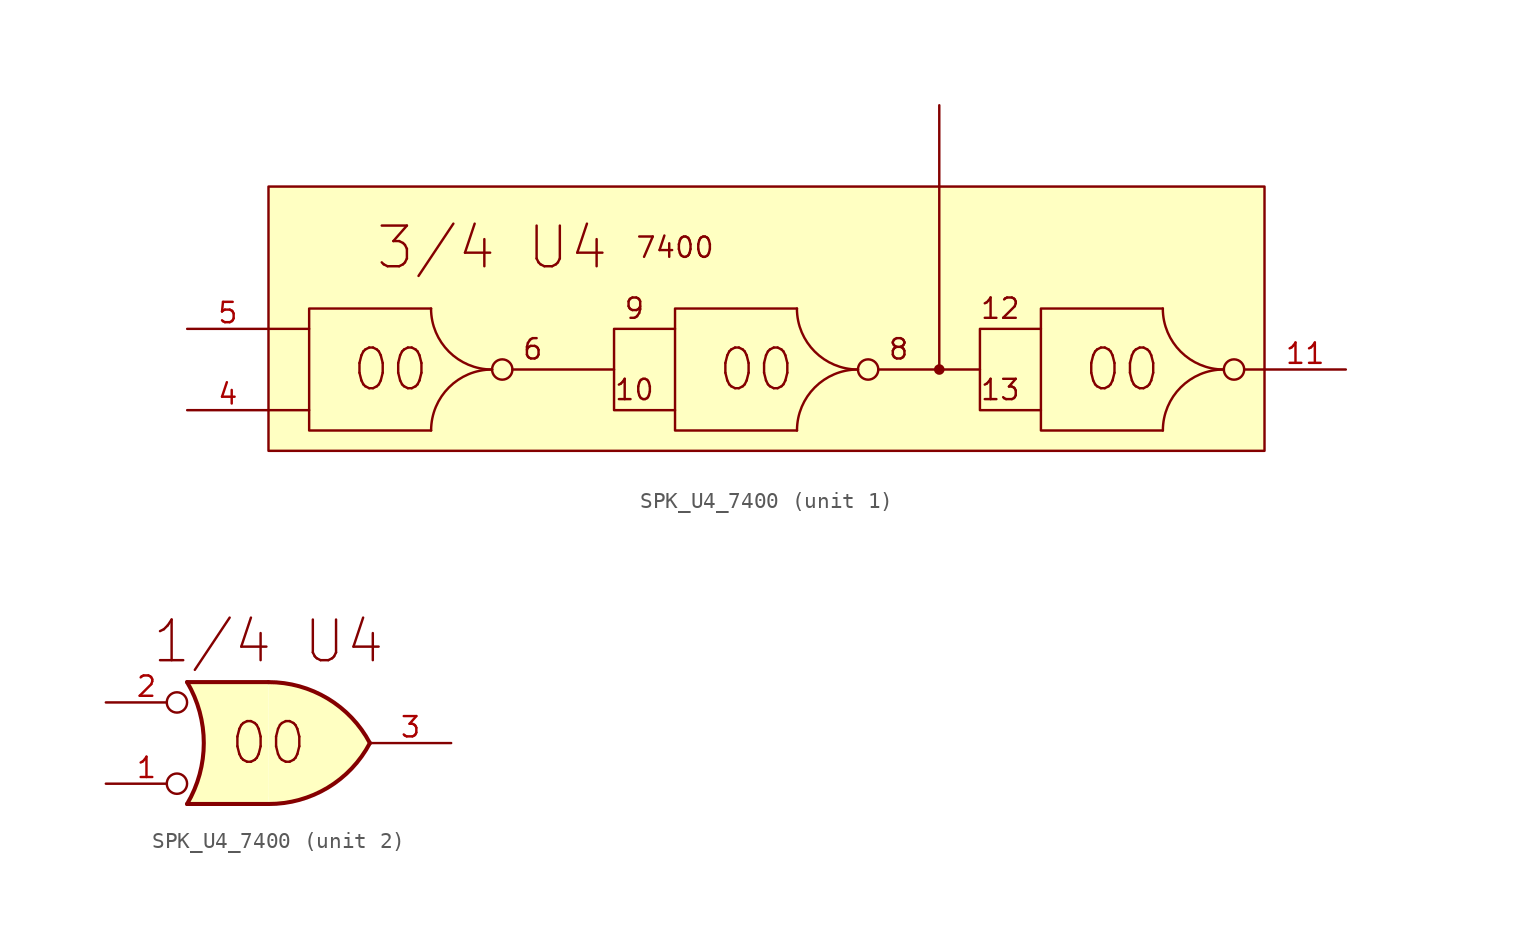
<source format=kicad_sym>
(kicad_symbol_lib
  (version 20211014)
  (generator kicad_symbol_editor)
  (symbol "SPK_U4_7400"
    (property "Reference" "U"
      (at -26.67 17.78 0)
      (effects (font (size 1.27 1.27)) hide))
    (property "ki_locked" ""
      (at 0 0 0)
      (effects (font (size 1.27 1.27))))
    (symbol "SPK_U4_7400_1_1"
      (polyline (pts (xy 2.54 -13.97) (xy 0 -13.97)) (stroke (width 0) (type default) (color 0 0 0 0)) (fill (type none)))
      (polyline (pts (xy 2.54 -8.89) (xy 0 -8.89)) (stroke (width 0) (type default) (color 0 0 0 0)) (fill (type none)))
      (polyline (pts (xy 21.59 -11.43) (xy 15.24 -11.43)) (stroke (width 0) (type default) (color 0 0 0 0)) (fill (type none)))
      (polyline (pts (xy 41.91 -11.43) (xy 41.91 0)) (stroke (width 0) (type default) (color 0 0 0 0)) (fill (type none)))
      (polyline (pts (xy 44.45 -11.43) (xy 38.1 -11.43)) (stroke (width 0) (type default) (color 0 0 0 0)) (fill (type none)))
      (polyline (pts (xy 60.96 -11.43) (xy 62.23 -11.43)) (stroke (width 0) (type default) (color 0 0 0 0)) (fill (type none)))
      (polyline (pts (xy 10.16 -7.62) (xy 2.54 -7.62) (xy 2.54 -15.24) (xy 10.16 -15.24)) (stroke (width 0) (type default) (color 0 0 0 0)) (fill (type background)))
      (polyline (pts (xy 25.4 -8.89) (xy 21.59 -8.89) (xy 21.59 -13.97) (xy 25.4 -13.97)) (stroke (width 0) (type default) (color 0 0 0 0)) (fill (type none)))
      (polyline (pts (xy 33.02 -7.62) (xy 25.4 -7.62) (xy 25.4 -15.24) (xy 33.02 -15.24)) (stroke (width 0) (type default) (color 0 0 0 0)) (fill (type background)))
      (polyline (pts (xy 48.26 -8.89) (xy 44.45 -8.89) (xy 44.45 -13.97) (xy 48.26 -13.97)) (stroke (width 0) (type default) (color 0 0 0 0)) (fill (type none)))
      (polyline (pts (xy 55.88 -7.62) (xy 48.26 -7.62) (xy 48.26 -15.24) (xy 55.88 -15.24)) (stroke (width 0) (type default) (color 0 0 0 0)) (fill (type background)))
      (rectangle (start 0 0) (end 62.23 -16.51) (stroke (width 0) (type default) (color 0 0 0 0)) (fill (type background)))
      (arc (start 10.16 -7.62) (mid 7.4659 -14.1241) (end 13.97 -11.43) (stroke (width 0) (type default) (color 0 0 0 0)) (fill (type background)))
      (arc (start 13.97 -11.43) (mid 7.4659 -8.7359) (end 10.16 -15.24) (stroke (width 0) (type default) (color 0 0 0 0)) (fill (type background)))
      (circle (center 14.605 -11.43) (radius 0.635) (stroke (width 0) (type default) (color 0 0 0 0)) (fill (type none)))
      (arc (start 33.02 -7.62) (mid 30.3259 -14.1241) (end 36.83 -11.43) (stroke (width 0) (type default) (color 0 0 0 0)) (fill (type background)))
      (arc (start 36.83 -11.43) (mid 30.3259 -8.7359) (end 33.02 -15.24) (stroke (width 0) (type default) (color 0 0 0 0)) (fill (type background)))
      (circle (center 37.465 -11.43) (radius 0.635) (stroke (width 0) (type default) (color 0 0 0 0)) (fill (type none)))
      (circle (center 41.91 -11.43) (radius 0.254) (stroke (width 0) (type default) (color 0 0 0 0)) (fill (type outline)))
      (arc (start 55.88 -7.62) (mid 53.1859 -14.1241) (end 59.69 -11.43) (stroke (width 0) (type default) (color 0 0 0 0)) (fill (type background)))
      (arc (start 59.69 -11.43) (mid 53.1859 -8.7359) (end 55.88 -15.24) (stroke (width 0) (type default) (color 0 0 0 0)) (fill (type background)))
      (circle (center 60.325 -11.43) (radius 0.635) (stroke (width 0) (type default) (color 0 0 0 0)) (fill (type none)))
      (text "00" (at 7.62 -11.43 0) (effects (font (size 2.54 2.54))))
      (text "00" (at 30.48 -11.43 0) (effects (font (size 2.54 2.54))))
      (text "00" (at 53.34 -11.43 0) (effects (font (size 2.54 2.54))))
      (text "10" (at 22.86 -12.7 0) (effects (font (size 1.27 1.27))))
      (text "12" (at 45.72 -7.62 0) (effects (font (size 1.27 1.27))))
      (text "13" (at 45.72 -12.7 0) (effects (font (size 1.27 1.27))))
      (text "3/4 U4" (at 13.97 -3.81 0) (effects (font (size 2.54 2.54))))
      (text "6" (at 16.51 -10.16 0) (effects (font (size 1.27 1.27))))
      (text "7400" (at 25.4 -3.81 0) (effects (font (size 1.27 1.27))))
      (text "8" (at 39.37 -10.16 0) (effects (font (size 1.27 1.27))))
      (text "9" (at 22.86 -7.62 0) (effects (font (size 1.27 1.27))))
      (pin passive line (at 41.91 5.08 270) (length 5.08) (name "" (effects (font (size 1.27 1.27)))) (number "" (effects (font (size 1.27 1.27)))))
      (pin passive line (at 67.31 -11.43 180) (length 5.08) (name "" (effects (font (size 1.27 1.27)))) (number "11" (effects (font (size 1.27 1.27)))))
      (pin passive line (at -5.08 -13.97 0) (length 5.08) (name "" (effects (font (size 1.27 1.27)))) (number "4" (effects (font (size 1.27 1.27)))))
      (pin passive line (at -5.08 -8.89 0) (length 5.08) (name "" (effects (font (size 1.27 1.27)))) (number "5" (effects (font (size 1.27 1.27))))))
    (symbol "SPK_U4_7400_2_1"
      (arc (start -5.08 -3.81) (mid -4.0352 0) (end -5.08 3.81) (stroke (width 0.254) (type default) (color 0 0 0 0)) (fill (type none)))
      (arc (start 0 -3.81) (mid 3.7085 -2.7942) (end 6.35 0) (stroke (width 0.254) (type default) (color 0 0 0 0)) (fill (type background)))
      (polyline (pts (xy -5.08 -3.81) (xy 0 -3.81)) (stroke (width 0.254) (type default) (color 0 0 0 0)) (fill (type background)))
      (polyline (pts (xy -5.08 3.81) (xy 0 3.81)) (stroke (width 0.254) (type default) (color 0 0 0 0)) (fill (type background)))
      (polyline (pts (xy 0 3.81) (xy -5.08 3.81) (xy -5.08 3.81) (xy -5.08 3.81) (xy -5.08 3.81) (xy -4.165 1.676) (xy -4.013 0.432) (xy -4.038 -0.864) (xy -4.267 -2.108) (xy -5.08 -3.81) (xy -5.08 -3.81) (xy -5.08 -3.81) (xy 0 -3.81)) (stroke (width -25.4) (type default) (color 0 0 0 0)) (fill (type background)))
      (arc (start 6.35 0) (mid 3.7051 2.7885) (end 0 3.81) (stroke (width 0.254) (type default) (color 0 0 0 0)) (fill (type background)))
      (text "00" (at 0 0 0) (effects (font (size 2.54 2.54))))
      (text "1/4 U4" (at 0 6.35 0) (effects (font (size 2.54 2.54))))
      (pin passive inverted (at -10.16 -2.54 0) (length 5.08) (name "" (effects (font (size 1.27 1.27)))) (number "1" (effects (font (size 1.27 1.27)))))
      (pin passive inverted (at -10.16 2.54 0) (length 5.08) (name "" (effects (font (size 1.27 1.27)))) (number "2" (effects (font (size 1.27 1.27)))))
      (pin passive line (at 11.43 0 180) (length 5.08) (name "" (effects (font (size 1.27 1.27)))) (number "3" (effects (font (size 1.27 1.27))))))))
</source>
